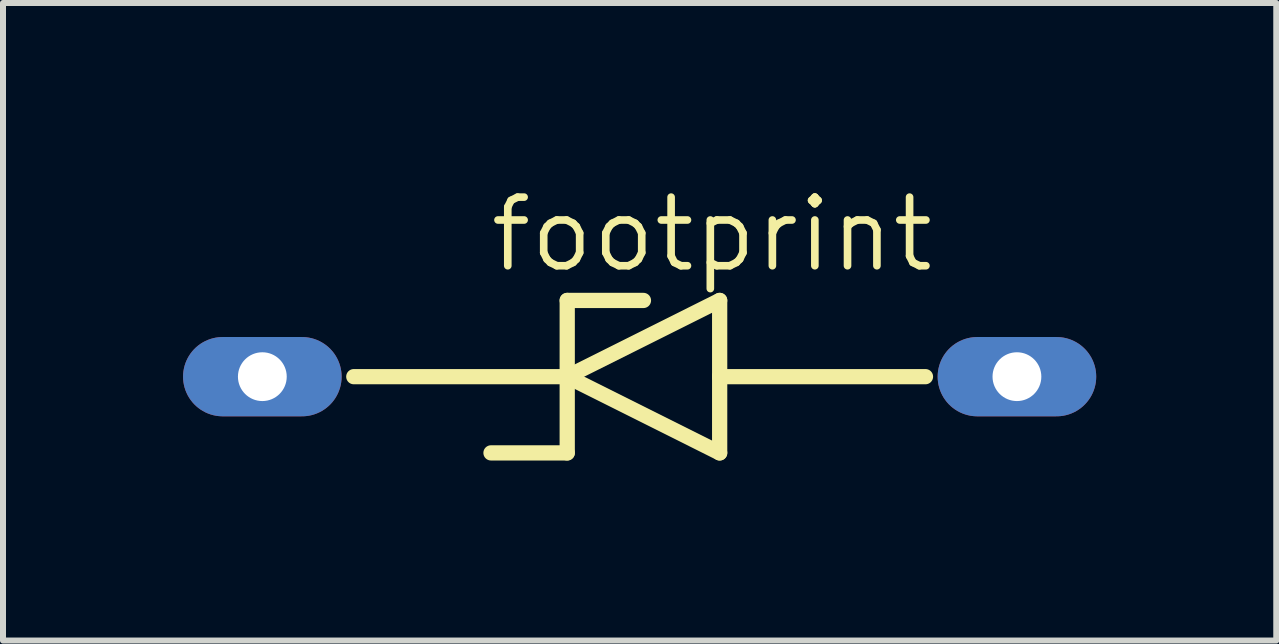
<source format=kicad_pcb>
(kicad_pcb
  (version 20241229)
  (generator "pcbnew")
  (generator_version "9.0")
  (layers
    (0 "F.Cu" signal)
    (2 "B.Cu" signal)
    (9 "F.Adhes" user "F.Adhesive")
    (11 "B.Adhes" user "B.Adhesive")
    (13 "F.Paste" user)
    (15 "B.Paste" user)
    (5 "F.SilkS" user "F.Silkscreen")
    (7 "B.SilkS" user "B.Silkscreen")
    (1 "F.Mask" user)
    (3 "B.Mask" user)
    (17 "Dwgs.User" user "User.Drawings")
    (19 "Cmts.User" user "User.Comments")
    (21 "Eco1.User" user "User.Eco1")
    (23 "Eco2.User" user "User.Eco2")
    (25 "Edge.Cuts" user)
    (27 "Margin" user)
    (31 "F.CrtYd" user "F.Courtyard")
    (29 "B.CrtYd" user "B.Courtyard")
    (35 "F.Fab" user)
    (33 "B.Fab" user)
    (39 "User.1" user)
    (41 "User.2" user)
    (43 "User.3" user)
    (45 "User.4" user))
  (footprint "footprint"
    (layer "F.Cu")
    (at 7.671 3.226)
    (property "Reference" "footprint" (at -2.616 -1.702 0) (layer "F.SilkS") (effects (font (size 1.143 1.143) (thickness 0.127)) (justify left bottom)))
    (fp_line (start -4.826 0) (end -1.27 0) (stroke (width 0.254) (type solid)) (layer "F.SilkS"))
    (fp_line (start -1.27 -1.27) (end -1.27 0) (stroke (width 0.254) (type solid)) (layer "F.SilkS"))
    (fp_line (start -1.27 0) (end -1.27 1.27) (stroke (width 0.254) (type solid)) (layer "F.SilkS"))
    (fp_line (start -1.27 0) (end 1.27 -1.27) (stroke (width 0.254) (type solid)) (layer "F.SilkS"))
    (fp_line (start -1.27 1.27) (end -2.54 1.27) (stroke (width 0.254) (type solid)) (layer "F.SilkS"))
    (fp_line (start 0 -1.27) (end -1.27 -1.27) (stroke (width 0.254) (type solid)) (layer "F.SilkS"))
    (fp_line (start 1.27 -1.27) (end 1.27 0) (stroke (width 0.254) (type solid)) (layer "F.SilkS"))
    (fp_line (start 1.27 0) (end 1.27 1.27) (stroke (width 0.254) (type solid)) (layer "F.SilkS"))
    (fp_line (start 1.27 0) (end 4.699 0) (stroke (width 0.254) (type solid)) (layer "F.SilkS"))
    (fp_line (start 1.27 1.27) (end -1.27 0) (stroke (width 0.254) (type solid)) (layer "F.SilkS"))
    (pad "A" thru_hole oval (at 6.223 0) (size 2.642 1.321) (drill 0.813) (layers "*.Cu" "*.Mask"))
    (pad "C" thru_hole oval (at -6.35 0) (size 2.642 1.321) (drill 0.813) (layers "*.Cu" "*.Mask")))
  (gr_rect
    (start -3 -3)
    (end 18.215 7.623)
    (stroke (width 0.1) (type default))
    (fill no)
    (layer "Edge.Cuts")))
</source>
